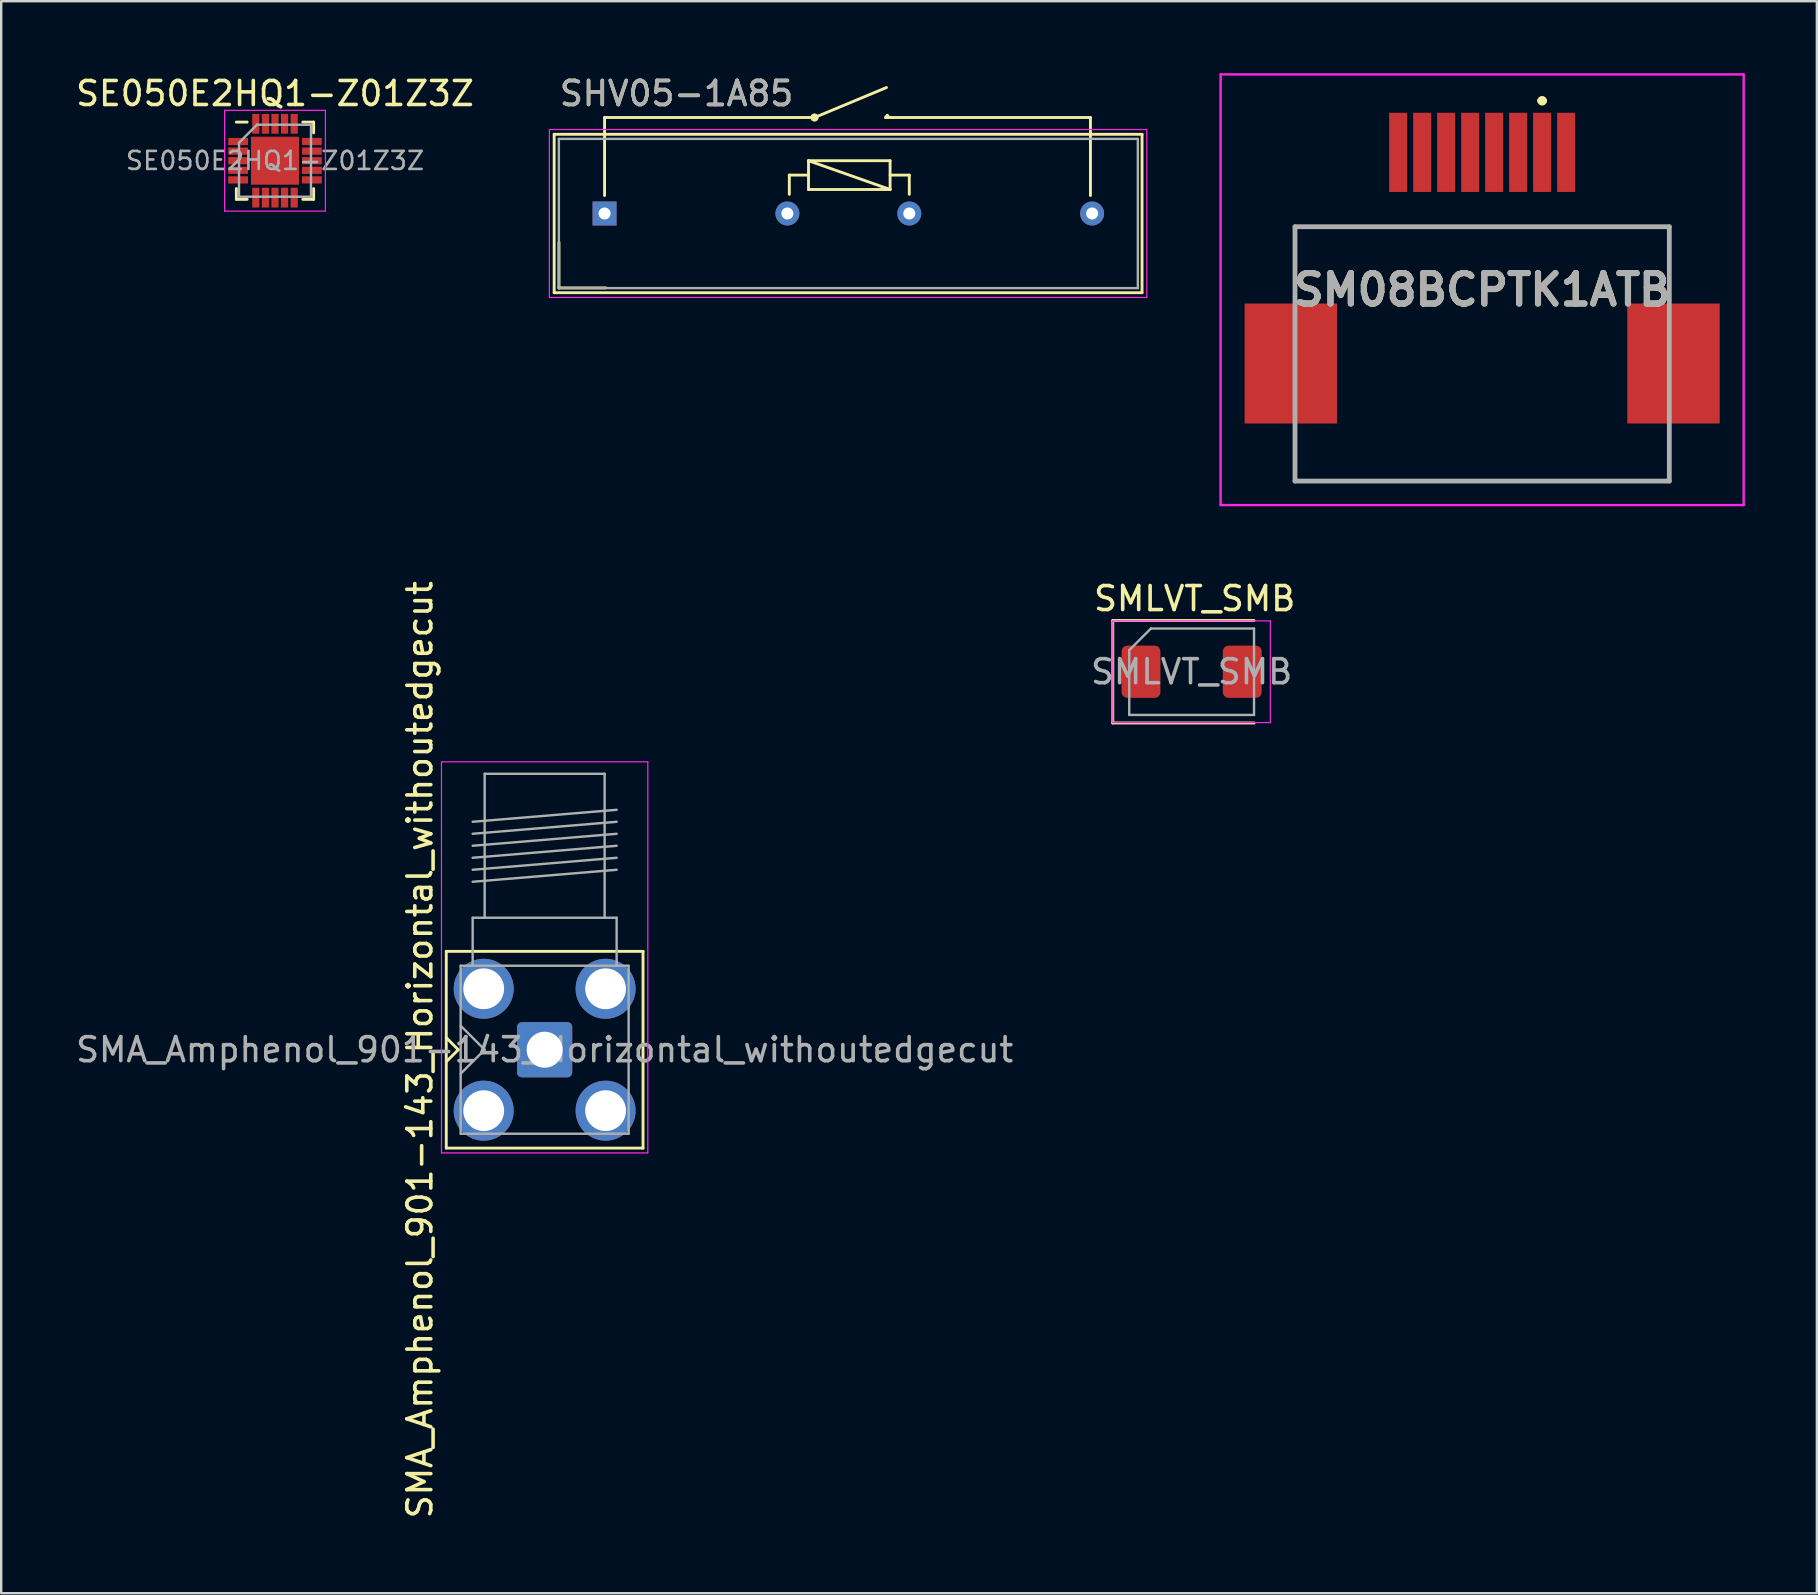
<source format=kicad_pcb>
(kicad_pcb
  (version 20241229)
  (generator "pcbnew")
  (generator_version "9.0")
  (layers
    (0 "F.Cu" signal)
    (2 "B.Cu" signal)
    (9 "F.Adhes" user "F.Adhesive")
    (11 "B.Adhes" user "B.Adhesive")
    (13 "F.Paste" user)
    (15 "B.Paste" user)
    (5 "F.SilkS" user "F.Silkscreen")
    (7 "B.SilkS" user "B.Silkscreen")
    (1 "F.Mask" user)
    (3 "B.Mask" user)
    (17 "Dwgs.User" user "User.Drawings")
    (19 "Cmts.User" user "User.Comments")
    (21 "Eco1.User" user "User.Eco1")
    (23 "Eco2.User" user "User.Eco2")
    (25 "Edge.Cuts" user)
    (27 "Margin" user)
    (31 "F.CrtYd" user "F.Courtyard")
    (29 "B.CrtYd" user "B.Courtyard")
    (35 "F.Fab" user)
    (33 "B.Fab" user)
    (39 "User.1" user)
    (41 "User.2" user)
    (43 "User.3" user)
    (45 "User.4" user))
  (footprint "SMLVT_SMB"
    (layer "F.Cu")
    (at 46.613 24.946)
    (property "Reference" "SMLVT_SMB" (at 0.127 -3.048 0) (layer "F.SilkS") (effects (font (size 1 1) (thickness 0.15))))
    (attr smd)
    (fp_line (start -3.285 -2.135) (end -3.285 2.135) (stroke (width 0.12) (type solid)) (layer "F.SilkS"))
    (fp_line (start -3.285 2.135) (end 2.6 2.135) (stroke (width 0.12) (type solid)) (layer "F.SilkS"))
    (fp_line (start 2.6 -2.135) (end -3.285 -2.135) (stroke (width 0.12) (type solid)) (layer "F.SilkS"))
    (fp_line (start -3.28 -2.12) (end 3.28 -2.12) (stroke (width 0.05) (type solid)) (layer "F.CrtYd"))
    (fp_line (start -3.28 2.12) (end -3.28 -2.12) (stroke (width 0.05) (type solid)) (layer "F.CrtYd"))
    (fp_line (start 3.28 -2.12) (end 3.28 2.12) (stroke (width 0.05) (type solid)) (layer "F.CrtYd"))
    (fp_line (start 3.28 2.12) (end -3.28 2.12) (stroke (width 0.05) (type solid)) (layer "F.CrtYd"))
    (fp_line (start -2.6 -0.9) (end -2.6 1.8) (stroke (width 0.1) (type solid)) (layer "F.Fab"))
    (fp_line (start -2.6 1.8) (end 2.6 1.8) (stroke (width 0.1) (type solid)) (layer "F.Fab"))
    (fp_line (start -1.7 -1.8) (end -2.6 -0.9) (stroke (width 0.1) (type solid)) (layer "F.Fab"))
    (fp_line (start 2.6 -1.8) (end -1.7 -1.8) (stroke (width 0.1) (type solid)) (layer "F.Fab"))
    (fp_line (start 2.6 1.8) (end 2.6 -1.8) (stroke (width 0.1) (type solid)) (layer "F.Fab"))
    (fp_text user "${REFERENCE}" (at 0 0 0) (layer "F.Fab") (effects (font (size 1 1) (thickness 0.15))))
    (pad "1" smd roundrect (at -2.11 0) (size 1.62 2.18) (layers "F.Cu" "F.Mask" "F.Paste") (roundrect_rratio 0.149))
    (pad "2" smd roundrect (at 2.11 0) (size 1.62 2.18) (layers "F.Cu" "F.Mask" "F.Paste") (roundrect_rratio 0.149)))
  (footprint "SE050E2HQ1-Z01Z3Z"
    (layer "F.Cu")
    (at 8.411 3.648)
    (property "Reference" "SE050E2HQ1-Z01Z3Z" (at 0 -2.8 0) (layer "F.SilkS") (effects (font (size 1 1) (thickness 0.15))))
    (attr smd)
    (fp_line (start -1.61 1.61) (end -1.61 1.16) (stroke (width 0.12) (type solid)) (layer "F.SilkS"))
    (fp_line (start -1.16 -1.61) (end -1.61 -1.61) (stroke (width 0.12) (type solid)) (layer "F.SilkS"))
    (fp_line (start -1.16 1.61) (end -1.61 1.61) (stroke (width 0.12) (type solid)) (layer "F.SilkS"))
    (fp_line (start 1.16 -1.61) (end 1.61 -1.61) (stroke (width 0.12) (type solid)) (layer "F.SilkS"))
    (fp_line (start 1.16 1.61) (end 1.61 1.61) (stroke (width 0.12) (type solid)) (layer "F.SilkS"))
    (fp_line (start 1.61 -1.61) (end 1.61 -1.16) (stroke (width 0.12) (type solid)) (layer "F.SilkS"))
    (fp_line (start 1.61 1.61) (end 1.61 1.16) (stroke (width 0.12) (type solid)) (layer "F.SilkS"))
    (fp_line (start -2.1 -2.1) (end -2.1 2.1) (stroke (width 0.05) (type solid)) (layer "F.CrtYd"))
    (fp_line (start -2.1 2.1) (end 2.1 2.1) (stroke (width 0.05) (type solid)) (layer "F.CrtYd"))
    (fp_line (start 2.1 -2.1) (end -2.1 -2.1) (stroke (width 0.05) (type solid)) (layer "F.CrtYd"))
    (fp_line (start 2.1 2.1) (end 2.1 -2.1) (stroke (width 0.05) (type solid)) (layer "F.CrtYd"))
    (fp_line (start -1.5 -0.75) (end -0.75 -1.5) (stroke (width 0.1) (type solid)) (layer "F.Fab"))
    (fp_line (start -1.5 1.5) (end -1.5 -0.75) (stroke (width 0.1) (type solid)) (layer "F.Fab"))
    (fp_line (start -0.75 -1.5) (end 1.5 -1.5) (stroke (width 0.1) (type solid)) (layer "F.Fab"))
    (fp_line (start 1.5 -1.5) (end 1.5 1.5) (stroke (width 0.1) (type solid)) (layer "F.Fab"))
    (fp_line (start 1.5 1.5) (end -1.5 1.5) (stroke (width 0.1) (type solid)) (layer "F.Fab"))
    (fp_text user "${REFERENCE}" (at 0 0 0) (layer "F.Fab") (effects (font (size 0.75 0.75) (thickness 0.11))))
    (pad "" smd roundrect (at -0.46 -0.46) (size 0.8 0.8) (layers "F.Paste") (roundrect_rratio 0.25))
    (pad "" smd roundrect (at -0.46 0.46) (size 0.8 0.8) (layers "F.Paste") (roundrect_rratio 0.25))
    (pad "" smd roundrect (at 0.46 -0.46) (size 0.8 0.8) (layers "F.Paste") (roundrect_rratio 0.25))
    (pad "" smd roundrect (at 0.46 0.46) (size 0.8 0.8) (layers "F.Paste") (roundrect_rratio 0.25))
    (pad "1" smd rect (at -1.538 -0.8) (size 0.825 0.3) (layers "F.Cu" "F.Mask" "F.Paste"))
    (pad "2" smd rect (at -1.538 -0.4) (size 0.825 0.3) (layers "F.Cu" "F.Mask" "F.Paste"))
    (pad "3" smd rect (at -1.538 0) (size 0.825 0.3) (layers "F.Cu" "F.Mask" "F.Paste"))
    (pad "4" smd rect (at -1.538 0.4) (size 0.825 0.3) (layers "F.Cu" "F.Mask" "F.Paste"))
    (pad "5" smd rect (at -1.538 0.8) (size 0.825 0.3) (layers "F.Cu" "F.Mask" "F.Paste"))
    (pad "6" smd rect (at -0.8 1.538) (size 0.3 0.825) (layers "F.Cu" "F.Mask" "F.Paste"))
    (pad "7" smd rect (at -0.4 1.538) (size 0.3 0.825) (layers "F.Cu" "F.Mask" "F.Paste"))
    (pad "8" smd rect (at 0 1.538) (size 0.3 0.825) (layers "F.Cu" "F.Mask" "F.Paste"))
    (pad "9" smd rect (at 0.4 1.538) (size 0.3 0.825) (layers "F.Cu" "F.Mask" "F.Paste"))
    (pad "10" smd rect (at 0.8 1.538) (size 0.3 0.825) (layers "F.Cu" "F.Mask" "F.Paste"))
    (pad "11" smd rect (at 1.538 0.8) (size 0.825 0.3) (layers "F.Cu" "F.Mask" "F.Paste"))
    (pad "12" smd rect (at 1.538 0.4) (size 0.825 0.3) (layers "F.Cu" "F.Mask" "F.Paste"))
    (pad "13" smd rect (at 1.538 0) (size 0.825 0.3) (layers "F.Cu" "F.Mask" "F.Paste"))
    (pad "14" smd rect (at 1.538 -0.4) (size 0.825 0.3) (layers "F.Cu" "F.Mask" "F.Paste"))
    (pad "15" smd rect (at 1.538 -0.8) (size 0.825 0.3) (layers "F.Cu" "F.Mask" "F.Paste"))
    (pad "16" smd rect (at 0.8 -1.538) (size 0.3 0.825) (layers "F.Cu" "F.Mask" "F.Paste"))
    (pad "17" smd rect (at 0.4 -1.538) (size 0.3 0.825) (layers "F.Cu" "F.Mask" "F.Paste"))
    (pad "18" smd rect (at 0 -1.538) (size 0.3 0.825) (layers "F.Cu" "F.Mask" "F.Paste"))
    (pad "19" smd rect (at -0.4 -1.538) (size 0.3 0.825) (layers "F.Cu" "F.Mask" "F.Paste"))
    (pad "20" smd rect (at -0.8 -1.538) (size 0.3 0.825) (layers "F.Cu" "F.Mask" "F.Paste"))
    (pad "21" smd rect (at 0 0) (size 2 2) (layers "F.Cu" "F.Mask")))
  (footprint "SM08BCPTK1ATB"
    (layer "F.Cu")
    (at 58.721 12.1)
    (property "Reference" "SM08BCPTK1ATB" (at 0 -3.075 0) (layer "F.SilkS") (effects (font (size 1.27 1.27) (thickness 0.254))))
    (attr smd)
    (fp_line (start -7.8 -5.7) (end 7.8 -5.7) (stroke (width 0.1) (type solid)) (layer "F.SilkS"))
    (fp_line (start -7.8 -2.95) (end -7.8 -5.7) (stroke (width 0.1) (type solid)) (layer "F.SilkS"))
    (fp_line (start -7.8 3.05) (end -7.8 4.9) (stroke (width 0.1) (type solid)) (layer "F.SilkS"))
    (fp_line (start -7.8 4.9) (end 7.8 4.9) (stroke (width 0.1) (type solid)) (layer "F.SilkS"))
    (fp_line (start 2.4 -10.95) (end 2.4 -10.95) (stroke (width 0.2) (type solid)) (layer "F.SilkS"))
    (fp_line (start 2.6 -10.95) (end 2.6 -10.95) (stroke (width 0.2) (type solid)) (layer "F.SilkS"))
    (fp_line (start 7.8 -5.7) (end 7.8 -2.95) (stroke (width 0.1) (type solid)) (layer "F.SilkS"))
    (fp_line (start 7.8 4.9) (end 7.8 3.05) (stroke (width 0.1) (type solid)) (layer "F.SilkS"))
    (fp_arc (start 2.4 -10.95) (mid 2.5 -11.05) (end 2.6 -10.95) (stroke (width 0.2) (type solid)) (layer "F.SilkS"))
    (fp_arc (start 2.6 -10.95) (mid 2.5 -10.85) (end 2.4 -10.95) (stroke (width 0.2) (type solid)) (layer "F.SilkS"))
    (fp_line (start -10.9 -12.05) (end 10.9 -12.05) (stroke (width 0.1) (type solid)) (layer "F.CrtYd"))
    (fp_line (start -10.9 5.9) (end -10.9 -12.05) (stroke (width 0.1) (type solid)) (layer "F.CrtYd"))
    (fp_line (start 10.9 -12.05) (end 10.9 5.9) (stroke (width 0.1) (type solid)) (layer "F.CrtYd"))
    (fp_line (start 10.9 5.9) (end -10.9 5.9) (stroke (width 0.1) (type solid)) (layer "F.CrtYd"))
    (fp_line (start -7.8 -5.7) (end 7.8 -5.7) (stroke (width 0.2) (type solid)) (layer "F.Fab"))
    (fp_line (start -7.8 4.9) (end -7.8 -5.7) (stroke (width 0.2) (type solid)) (layer "F.Fab"))
    (fp_line (start 7.8 -5.7) (end 7.8 4.9) (stroke (width 0.2) (type solid)) (layer "F.Fab"))
    (fp_line (start 7.8 4.9) (end -7.8 4.9) (stroke (width 0.2) (type solid)) (layer "F.Fab"))
    (fp_text user "${REFERENCE}" (at 0 -3.075 0) (layer "F.Fab") (effects (font (size 1.27 1.27) (thickness 0.254))))
    (pad "1" smd rect (at 2.5 -8.8) (size 0.75 3.3) (layers "F.Cu" "F.Mask" "F.Paste"))
    (pad "2" smd rect (at 0.5 -8.8) (size 0.75 3.3) (layers "F.Cu" "F.Mask" "F.Paste"))
    (pad "3" smd rect (at -1.5 -8.8) (size 0.75 3.3) (layers "F.Cu" "F.Mask" "F.Paste"))
    (pad "4" smd rect (at -3.5 -8.8) (size 0.75 3.3) (layers "F.Cu" "F.Mask" "F.Paste"))
    (pad "5" smd rect (at 3.5 -8.8) (size 0.75 3.3) (layers "F.Cu" "F.Mask" "F.Paste"))
    (pad "6" smd rect (at 1.5 -8.8) (size 0.75 3.3) (layers "F.Cu" "F.Mask" "F.Paste"))
    (pad "7" smd rect (at -0.5 -8.8) (size 0.75 3.3) (layers "F.Cu" "F.Mask" "F.Paste"))
    (pad "8" smd rect (at -2.5 -8.8) (size 0.75 3.3) (layers "F.Cu" "F.Mask" "F.Paste"))
    (pad "MP1" smd rect (at 7.975 0) (size 3.85 5) (layers "F.Cu" "F.Mask" "F.Paste"))
    (pad "MP2" smd rect (at -7.975 0) (size 3.85 5) (layers "F.Cu" "F.Mask" "F.Paste")))
  (footprint "SMA_Amphenol_901-143_Horizontal_withoutedgecut"
    (layer "F.Cu")
    (at 19.649 40.699)
    (property "Reference" "SMA_Amphenol_901-143_Horizontal_withoutedgecut" (at -5.2 0 90) (layer "F.SilkS") (effects (font (size 1 1) (thickness 0.15))))
    (attr through_hole)
    (fp_line (start -4.1 -4.1) (end -4.1 4.1) (stroke (width 0.12) (type solid)) (layer "F.SilkS"))
    (fp_line (start -4.1 -4.1) (end 4.1 -4.1) (stroke (width 0.12) (type solid)) (layer "F.SilkS"))
    (fp_line (start -4.1 0.5) (end -3.6 0) (stroke (width 0.12) (type solid)) (layer "F.SilkS"))
    (fp_line (start -4.1 4.1) (end 4.1 4.1) (stroke (width 0.12) (type solid)) (layer "F.SilkS"))
    (fp_line (start -3.6 0) (end -4.1 -0.5) (stroke (width 0.12) (type solid)) (layer "F.SilkS"))
    (fp_line (start 4.1 -4.1) (end 4.1 4.1) (stroke (width 0.12) (type solid)) (layer "F.SilkS"))
    (fp_line (start -4.3 -12) (end -4.3 4.3) (stroke (width 0.05) (type solid)) (layer "F.CrtYd"))
    (fp_line (start -4.3 -12) (end 4.3 -12) (stroke (width 0.05) (type solid)) (layer "F.CrtYd"))
    (fp_line (start 4.3 4.3) (end -4.3 4.3) (stroke (width 0.05) (type solid)) (layer "F.CrtYd"))
    (fp_line (start 4.3 4.3) (end 4.3 -12) (stroke (width 0.05) (type solid)) (layer "F.CrtYd"))
    (fp_line (start -3.5 -3.5) (end -3.5 3.5) (stroke (width 0.1) (type solid)) (layer "F.Fab"))
    (fp_line (start -3.5 -3.5) (end 3.5 -3.5) (stroke (width 0.1) (type solid)) (layer "F.Fab"))
    (fp_line (start -3.5 -1) (end -2.5 0) (stroke (width 0.1) (type solid)) (layer "F.Fab"))
    (fp_line (start -3.5 3.5) (end 3.5 3.5) (stroke (width 0.1) (type solid)) (layer "F.Fab"))
    (fp_line (start -3 -9.5) (end 3 -10) (stroke (width 0.1) (type solid)) (layer "F.Fab"))
    (fp_line (start -3 -9) (end 3 -9.5) (stroke (width 0.1) (type solid)) (layer "F.Fab"))
    (fp_line (start -3 -8.5) (end 3 -9) (stroke (width 0.1) (type solid)) (layer "F.Fab"))
    (fp_line (start -3 -8) (end 3 -8.5) (stroke (width 0.1) (type solid)) (layer "F.Fab"))
    (fp_line (start -3 -7.5) (end 3 -8) (stroke (width 0.1) (type solid)) (layer "F.Fab"))
    (fp_line (start -3 -7) (end 3 -7.5) (stroke (width 0.1) (type solid)) (layer "F.Fab"))
    (fp_line (start -3 -5.5) (end -3 -3.5) (stroke (width 0.1) (type solid)) (layer "F.Fab"))
    (fp_line (start -2.5 -11.5) (end -2.5 -5.5) (stroke (width 0.1) (type solid)) (layer "F.Fab"))
    (fp_line (start -2.5 -11.5) (end 2.5 -11.5) (stroke (width 0.1) (type solid)) (layer "F.Fab"))
    (fp_line (start -2.5 0) (end -3.5 1) (stroke (width 0.1) (type solid)) (layer "F.Fab"))
    (fp_line (start 2.5 -11.5) (end 2.5 -5.5) (stroke (width 0.1) (type solid)) (layer "F.Fab"))
    (fp_line (start 3 -5.5) (end -3 -5.5) (stroke (width 0.1) (type solid)) (layer "F.Fab"))
    (fp_line (start 3 -5.5) (end 3 -3.5) (stroke (width 0.1) (type solid)) (layer "F.Fab"))
    (fp_line (start 3.5 -3.5) (end 3.5 3.5) (stroke (width 0.1) (type solid)) (layer "F.Fab"))
    (fp_line (start 4.3 -4.5) (end -4.3 -4.5) (stroke (width 0.1) (type solid)) (layer "User.1"))
    (fp_text user "${REFERENCE}" (at 0 0 0) (layer "F.Fab") (effects (font (size 1 1) (thickness 0.15))))
    (pad "1" thru_hole roundrect (at 0 0) (size 2.3 2.3) (drill 1.5) (layers "*.Cu" "*.Mask") (remove_unused_layers yes) (keep_end_layers yes) (zone_layer_connections) (roundrect_rratio 0.087))
    (pad "2" thru_hole circle (at -2.54 -2.54) (size 2.5 2.5) (drill 1.7) (layers "*.Cu" "*.Mask") (remove_unused_layers yes) (keep_end_layers yes) (zone_layer_connections))
    (pad "2" thru_hole circle (at -2.54 2.54) (size 2.5 2.5) (drill 1.7) (layers "*.Cu" "*.Mask") (remove_unused_layers yes) (keep_end_layers yes) (zone_layer_connections))
    (pad "2" thru_hole circle (at 2.54 -2.54) (size 2.5 2.5) (drill 1.7) (layers "*.Cu" "*.Mask") (remove_unused_layers yes) (keep_end_layers yes) (zone_layer_connections))
    (pad "2" thru_hole circle (at 2.54 2.54) (size 2.5 2.5) (drill 1.7) (layers "*.Cu" "*.Mask") (remove_unused_layers yes) (keep_end_layers yes) (zone_layer_connections)))
  (footprint "SHV05-1A85"
    (layer "F.Cu")
    (at 22.146 5.848)
    (property "Reference" "SHV05-1A85" (at 3 -5 0) (layer "F.SilkS") (effects (font (size 1 1) (thickness 0.15))))
    (attr through_hole)
    (fp_line (start -2.1 -3.3) (end 22.4 -3.3) (stroke (width 0.12) (type solid)) (layer "F.SilkS"))
    (fp_line (start -2.1 3.3) (end -2.1 -3.3) (stroke (width 0.12) (type solid)) (layer "F.SilkS"))
    (fp_line (start -1.9 3.1) (end -1.9 1.2) (stroke (width 0.12) (type solid)) (layer "F.SilkS"))
    (fp_line (start 0 -4) (end 8.75 -4) (stroke (width 0.12) (type solid)) (layer "F.SilkS"))
    (fp_line (start 0 -0.75) (end 0 -4) (stroke (width 0.12) (type solid)) (layer "F.SilkS"))
    (fp_line (start 0.05 3.1) (end -1.9 3.1) (stroke (width 0.12) (type solid)) (layer "F.SilkS"))
    (fp_line (start 7.7 -1.6) (end 8.5 -1.6) (stroke (width 0.12) (type solid)) (layer "F.SilkS"))
    (fp_line (start 7.7 -0.8) (end 7.7 -1.6) (stroke (width 0.12) (type solid)) (layer "F.SilkS"))
    (fp_line (start 8.5 -2.2) (end 11.9 -2.2) (stroke (width 0.12) (type solid)) (layer "F.SilkS"))
    (fp_line (start 8.5 -2.2) (end 11.9 -1) (stroke (width 0.12) (type solid)) (layer "F.SilkS"))
    (fp_line (start 8.5 -1) (end 8.5 -2.2) (stroke (width 0.12) (type solid)) (layer "F.SilkS"))
    (fp_line (start 8.75 -4) (end 11.75 -5.25) (stroke (width 0.12) (type solid)) (layer "F.SilkS"))
    (fp_line (start 11.71 -4) (end 11.78 -4.09) (stroke (width 0.12) (type solid)) (layer "F.SilkS"))
    (fp_line (start 11.75 -4) (end 20.25 -4) (stroke (width 0.12) (type solid)) (layer "F.SilkS"))
    (fp_line (start 11.78 -4.09) (end 11.86 -4) (stroke (width 0.12) (type solid)) (layer "F.SilkS"))
    (fp_line (start 11.86 -4) (end 11.71 -4) (stroke (width 0.12) (type solid)) (layer "F.SilkS"))
    (fp_line (start 11.9 -2.2) (end 11.9 -1) (stroke (width 0.12) (type solid)) (layer "F.SilkS"))
    (fp_line (start 11.9 -1.6) (end 12.7 -1.6) (stroke (width 0.12) (type solid)) (layer "F.SilkS"))
    (fp_line (start 11.9 -1) (end 8.5 -1) (stroke (width 0.12) (type solid)) (layer "F.SilkS"))
    (fp_line (start 12.7 -1.6) (end 12.7 -0.8) (stroke (width 0.12) (type solid)) (layer "F.SilkS"))
    (fp_line (start 20.25 -4) (end 20.25 -0.75) (stroke (width 0.12) (type solid)) (layer "F.SilkS"))
    (fp_line (start 22.4 -3.3) (end 22.4 3.3) (stroke (width 0.12) (type solid)) (layer "F.SilkS"))
    (fp_line (start 22.4 3.3) (end -2.1 3.3) (stroke (width 0.12) (type solid)) (layer "F.SilkS"))
    (fp_circle (center 8.75 -4) (end 8.8 -3.9) (stroke (width 0.12) (type solid)) (fill no) (layer "F.SilkS"))
    (fp_line (start -2.3 -3.5) (end -2.3 3.5) (stroke (width 0.05) (type solid)) (layer "F.CrtYd"))
    (fp_line (start -2.3 3.5) (end 22.6 3.5) (stroke (width 0.05) (type solid)) (layer "F.CrtYd"))
    (fp_line (start 22.6 -3.5) (end -2.3 -3.5) (stroke (width 0.05) (type solid)) (layer "F.CrtYd"))
    (fp_line (start 22.6 3.5) (end 22.6 -3.5) (stroke (width 0.05) (type solid)) (layer "F.CrtYd"))
    (fp_line (start -1.905 -3.11) (end -1.905 3.11) (stroke (width 0.1) (type solid)) (layer "F.Fab"))
    (fp_line (start -1.905 -3.11) (end 22.225 -3.11) (stroke (width 0.1) (type solid)) (layer "F.Fab"))
    (fp_line (start -1.905 3.11) (end 22.225 3.11) (stroke (width 0.1) (type solid)) (layer "F.Fab"))
    (fp_line (start 22.225 -3.11) (end 22.225 3.11) (stroke (width 0.1) (type solid)) (layer "F.Fab"))
    (fp_text user "${REFERENCE}" (at 3 -5 0) (layer "F.Fab") (effects (font (size 1 1) (thickness 0.15))))
    (pad "1" thru_hole rect (at 0 0) (size 1 1) (drill 0.5) (layers "*.Cu" "*.Mask"))
    (pad "2" thru_hole circle (at 7.62 0) (size 1 1) (drill 0.5) (layers "*.Cu" "*.Mask"))
    (pad "3" thru_hole circle (at 12.7 0) (size 1 1) (drill 0.5) (layers "*.Cu" "*.Mask"))
    (pad "4" thru_hole circle (at 20.32 0) (size 1 1) (drill 0.5) (layers "*.Cu" "*.Mask")))
  (gr_rect
    (start -3 -3)
    (end 72.671 63.348)
    (stroke (width 0.1) (type default))
    (fill no)
    (layer "Edge.Cuts")))
</source>
